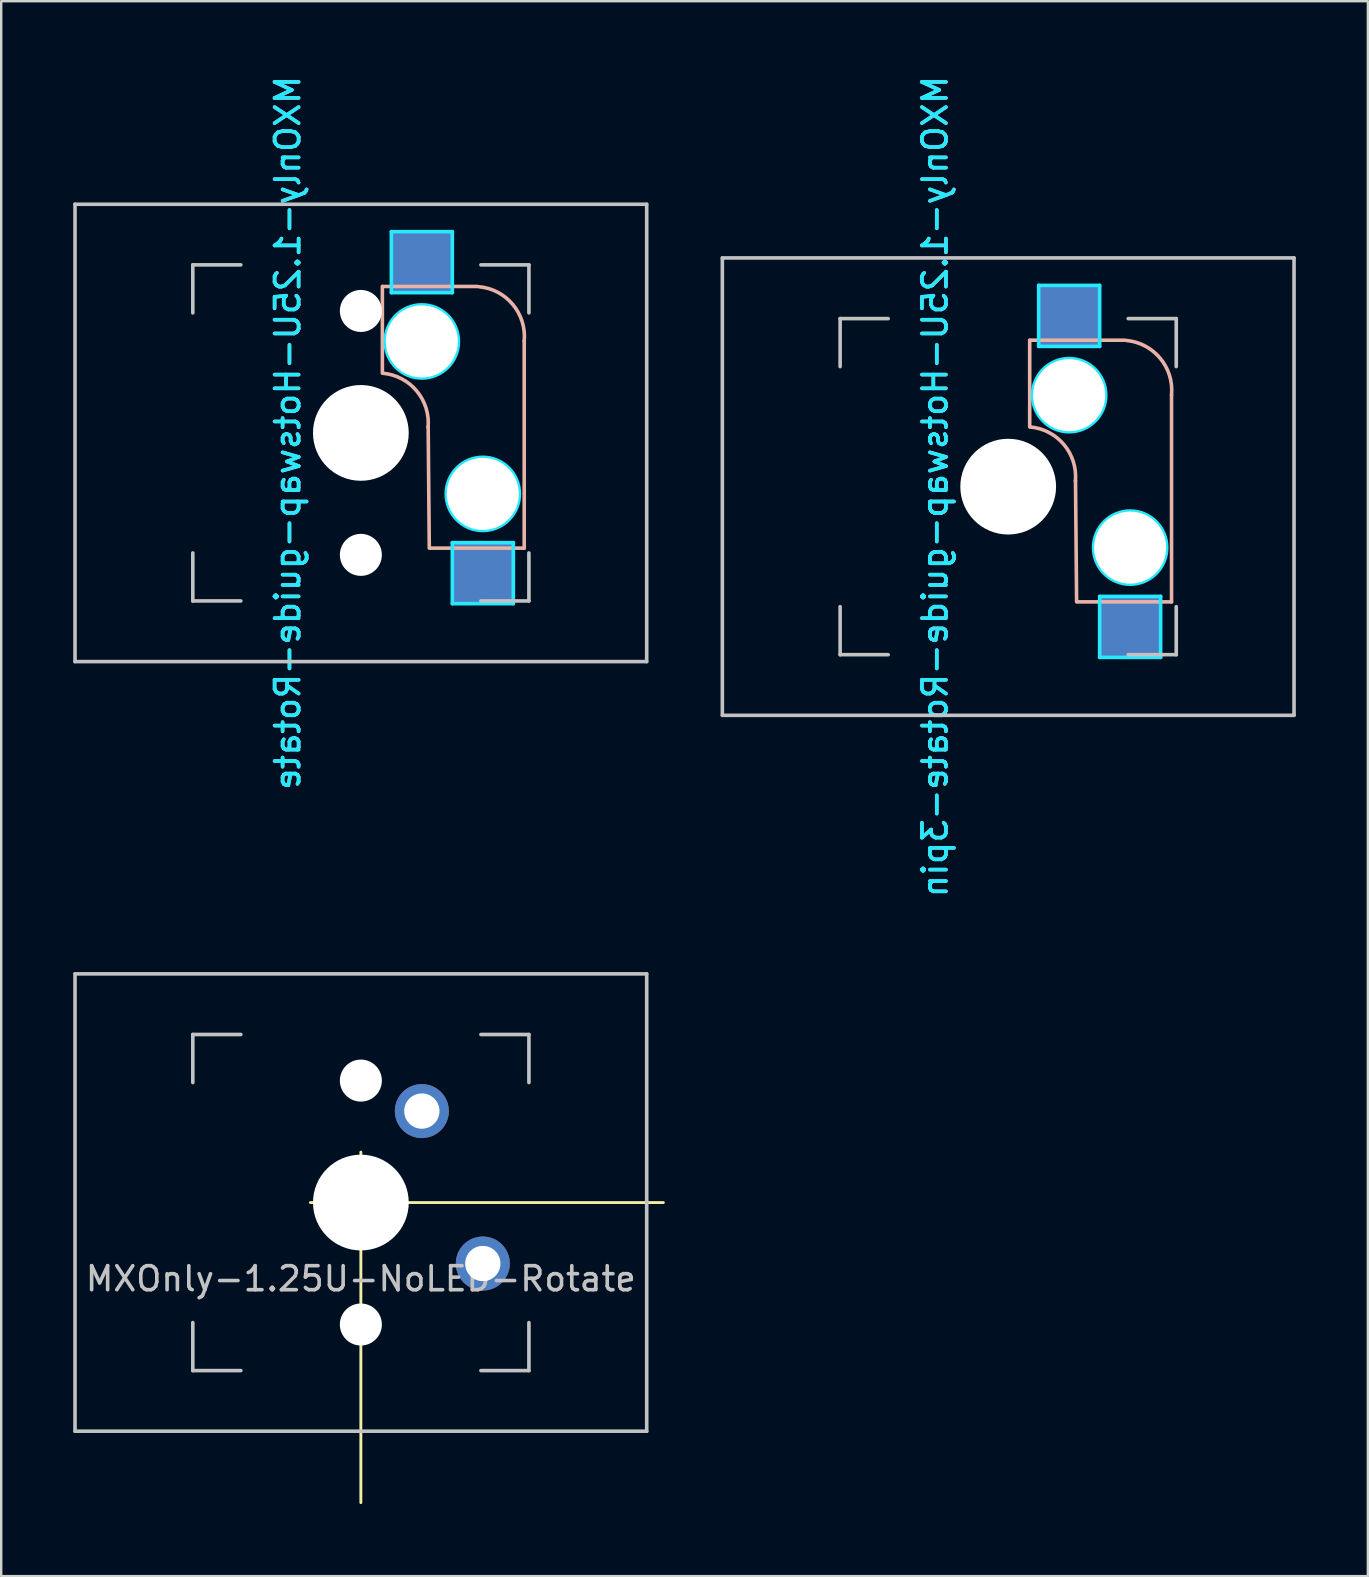
<source format=kicad_pcb>
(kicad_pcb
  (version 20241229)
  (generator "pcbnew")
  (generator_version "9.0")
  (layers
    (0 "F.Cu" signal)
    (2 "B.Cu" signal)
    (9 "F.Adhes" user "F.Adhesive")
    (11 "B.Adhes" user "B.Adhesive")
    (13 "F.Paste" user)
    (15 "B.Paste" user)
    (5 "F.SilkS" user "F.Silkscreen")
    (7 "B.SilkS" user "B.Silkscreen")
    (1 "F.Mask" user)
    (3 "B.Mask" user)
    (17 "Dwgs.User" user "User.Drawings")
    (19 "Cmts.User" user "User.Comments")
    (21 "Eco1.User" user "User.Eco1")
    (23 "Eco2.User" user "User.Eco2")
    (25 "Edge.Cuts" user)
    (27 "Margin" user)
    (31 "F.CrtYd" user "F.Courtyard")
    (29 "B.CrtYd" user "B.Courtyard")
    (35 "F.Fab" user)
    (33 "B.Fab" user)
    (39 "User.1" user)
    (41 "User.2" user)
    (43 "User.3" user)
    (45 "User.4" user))
  (footprint "MXOnly-1.25U-Hotswap-guide-Rotate"
    (layer "F.Cu")
    (at 11.981 14.982)
    (property "Reference" "MXOnly-1.25U-Hotswap-guide-Rotate" (at -3.048 0 270) (layer "B.CrtYd") (effects (font (size 1 1) (thickness 0.15)) (justify mirror)))
    (attr smd)
    (fp_line (start 0.896 -6.1) (end 0.896 -2.49) (stroke (width 0.15) (type solid)) (layer "B.SilkS"))
    (fp_line (start 2.85 4.8) (end 2.804 -0.25) (stroke (width 0.15) (type solid)) (layer "B.SilkS"))
    (fp_line (start 2.896 4.8) (end 6.804 4.8) (stroke (width 0.15) (type solid)) (layer "B.SilkS"))
    (fp_line (start 4.85 -6.1) (end 0.905 -6.1) (stroke (width 0.15) (type solid)) (layer "B.SilkS"))
    (fp_line (start 6.804 4.8) (end 6.804 -3.825) (stroke (width 0.15) (type solid)) (layer "B.SilkS"))
    (fp_arc (start 0.92 -2.485) (mid 2.328061 -1.744361) (end 2.8 -0.225) (stroke (width 0.15) (type solid)) (layer "B.SilkS"))
    (fp_arc (start 4.92 -6.089) (mid 6.33089 -5.347189) (end 6.804 -3.825) (stroke (width 0.15) (type solid)) (layer "B.SilkS"))
    (fp_line (start -11.906 -9.525) (end 11.906 -9.525) (stroke (width 0.15) (type solid)) (layer "Dwgs.User"))
    (fp_line (start -11.906 9.525) (end -11.906 -9.525) (stroke (width 0.15) (type solid)) (layer "Dwgs.User"))
    (fp_line (start -7 -7) (end -7 -5) (stroke (width 0.15) (type solid)) (layer "Dwgs.User"))
    (fp_line (start -7 5) (end -7 7) (stroke (width 0.15) (type solid)) (layer "Dwgs.User"))
    (fp_line (start -7 7) (end -5 7) (stroke (width 0.15) (type solid)) (layer "Dwgs.User"))
    (fp_line (start -5 -7) (end -7 -7) (stroke (width 0.15) (type solid)) (layer "Dwgs.User"))
    (fp_line (start 7 -7) (end 5 -7) (stroke (width 0.15) (type solid)) (layer "Dwgs.User"))
    (fp_line (start 7 -5) (end 7 -7) (stroke (width 0.15) (type solid)) (layer "Dwgs.User"))
    (fp_line (start 7 5) (end 7 7) (stroke (width 0.15) (type solid)) (layer "Dwgs.User"))
    (fp_line (start 7 7) (end 5 7) (stroke (width 0.15) (type solid)) (layer "Dwgs.User"))
    (fp_line (start 11.906 -9.525) (end 11.906 9.525) (stroke (width 0.15) (type solid)) (layer "Dwgs.User"))
    (fp_line (start 11.906 9.525) (end -11.906 9.525) (stroke (width 0.15) (type solid)) (layer "Dwgs.User"))
    (fp_line (start 1.27 -8.382) (end 3.81 -8.382) (stroke (width 0.15) (type solid)) (layer "B.CrtYd"))
    (fp_line (start 1.27 -5.842) (end 1.27 -8.382) (stroke (width 0.15) (type solid)) (layer "B.CrtYd"))
    (fp_line (start 3.81 -8.382) (end 3.81 -5.842) (stroke (width 0.15) (type solid)) (layer "B.CrtYd"))
    (fp_line (start 3.81 -5.842) (end 1.27 -5.842) (stroke (width 0.15) (type solid)) (layer "B.CrtYd"))
    (fp_line (start 3.81 4.572) (end 6.35 4.572) (stroke (width 0.15) (type solid)) (layer "B.CrtYd"))
    (fp_line (start 3.81 7.112) (end 3.81 4.572) (stroke (width 0.15) (type solid)) (layer "B.CrtYd"))
    (fp_line (start 6.35 4.572) (end 6.35 7.112) (stroke (width 0.15) (type solid)) (layer "B.CrtYd"))
    (fp_line (start 6.35 7.112) (end 3.81 7.112) (stroke (width 0.15) (type solid)) (layer "B.CrtYd"))
    (fp_circle (center 2.54 -3.81) (end 4.064 -3.81) (stroke (width 0.15) (type solid)) (fill no) (layer "B.CrtYd"))
    (fp_circle (center 5.08 2.54) (end 6.604 2.54) (stroke (width 0.15) (type solid)) (fill no) (layer "B.CrtYd"))
    (fp_text user "${REFERENCE}" (at -3.048 0 270) (layer "B.SilkS") (effects (font (size 1 1) (thickness 0.15)) (justify mirror)))
    (pad "" np_thru_hole circle (at 0 -5.08 318.1) (size 1.75 1.75) (drill 1.75) (layers "*.Cu" "*.Mask"))
    (pad "" np_thru_hole circle (at 0 0 270) (size 3.988 3.988) (drill 3.988) (layers "*.Cu" "*.Mask"))
    (pad "" np_thru_hole circle (at 0 5.08 318.1) (size 1.75 1.75) (drill 1.75) (layers "*.Cu" "*.Mask"))
    (pad "" np_thru_hole circle (at 2.54 -3.81 270) (size 3 3) (drill 3) (layers "*.Cu" "*.Mask"))
    (pad "" np_thru_hole circle (at 5.08 2.54 270) (size 3 3) (drill 3) (layers "*.Cu" "*.Mask"))
    (pad "1" smd rect (at 2.54 -7.085 270) (size 2.55 2.5) (layers "B.Cu" "B.Mask" "B.Paste"))
    (pad "2" smd rect (at 5.08 5.842 270) (size 2.55 2.5) (layers "B.Cu" "B.Mask" "B.Paste")))
  (footprint "MXOnly-1.25U-Hotswap-guide-Rotate-3pin"
    (layer "F.Cu")
    (at 38.944 17.22)
    (property "Reference" "MXOnly-1.25U-Hotswap-guide-Rotate-3pin" (at -3.048 0 90) (layer "B.CrtYd") (effects (font (size 1 1) (thickness 0.15)) (justify mirror)))
    (attr smd)
    (fp_line (start 0.896 -6.1) (end 0.896 -2.49) (stroke (width 0.15) (type solid)) (layer "B.SilkS"))
    (fp_line (start 2.85 4.8) (end 2.804 -0.25) (stroke (width 0.15) (type solid)) (layer "B.SilkS"))
    (fp_line (start 2.896 4.8) (end 6.804 4.8) (stroke (width 0.15) (type solid)) (layer "B.SilkS"))
    (fp_line (start 4.85 -6.1) (end 0.905 -6.1) (stroke (width 0.15) (type solid)) (layer "B.SilkS"))
    (fp_line (start 6.804 4.8) (end 6.804 -3.825) (stroke (width 0.15) (type solid)) (layer "B.SilkS"))
    (fp_arc (start 0.92 -2.485) (mid 2.328061 -1.744361) (end 2.8 -0.225) (stroke (width 0.15) (type solid)) (layer "B.SilkS"))
    (fp_arc (start 4.92 -6.089) (mid 6.33089 -5.347189) (end 6.804 -3.825) (stroke (width 0.15) (type solid)) (layer "B.SilkS"))
    (fp_line (start -11.906 -9.525) (end 11.906 -9.525) (stroke (width 0.15) (type solid)) (layer "Dwgs.User"))
    (fp_line (start -11.906 9.525) (end -11.906 -9.525) (stroke (width 0.15) (type solid)) (layer "Dwgs.User"))
    (fp_line (start -7 -7) (end -7 -5) (stroke (width 0.15) (type solid)) (layer "Dwgs.User"))
    (fp_line (start -7 5) (end -7 7) (stroke (width 0.15) (type solid)) (layer "Dwgs.User"))
    (fp_line (start -7 7) (end -5 7) (stroke (width 0.15) (type solid)) (layer "Dwgs.User"))
    (fp_line (start -5 -7) (end -7 -7) (stroke (width 0.15) (type solid)) (layer "Dwgs.User"))
    (fp_line (start 7 -7) (end 5 -7) (stroke (width 0.15) (type solid)) (layer "Dwgs.User"))
    (fp_line (start 7 -5) (end 7 -7) (stroke (width 0.15) (type solid)) (layer "Dwgs.User"))
    (fp_line (start 7 5) (end 7 7) (stroke (width 0.15) (type solid)) (layer "Dwgs.User"))
    (fp_line (start 7 7) (end 5 7) (stroke (width 0.15) (type solid)) (layer "Dwgs.User"))
    (fp_line (start 11.906 -9.525) (end 11.906 9.525) (stroke (width 0.15) (type solid)) (layer "Dwgs.User"))
    (fp_line (start 11.906 9.525) (end -11.906 9.525) (stroke (width 0.15) (type solid)) (layer "Dwgs.User"))
    (fp_line (start 1.27 -8.382) (end 3.81 -8.382) (stroke (width 0.15) (type solid)) (layer "B.CrtYd"))
    (fp_line (start 1.27 -5.842) (end 1.27 -8.382) (stroke (width 0.15) (type solid)) (layer "B.CrtYd"))
    (fp_line (start 3.81 -8.382) (end 3.81 -5.842) (stroke (width 0.15) (type solid)) (layer "B.CrtYd"))
    (fp_line (start 3.81 -5.842) (end 1.27 -5.842) (stroke (width 0.15) (type solid)) (layer "B.CrtYd"))
    (fp_line (start 3.81 4.572) (end 6.35 4.572) (stroke (width 0.15) (type solid)) (layer "B.CrtYd"))
    (fp_line (start 3.81 7.112) (end 3.81 4.572) (stroke (width 0.15) (type solid)) (layer "B.CrtYd"))
    (fp_line (start 6.35 4.572) (end 6.35 7.112) (stroke (width 0.15) (type solid)) (layer "B.CrtYd"))
    (fp_line (start 6.35 7.112) (end 3.81 7.112) (stroke (width 0.15) (type solid)) (layer "B.CrtYd"))
    (fp_circle (center 2.54 -3.81) (end 4.064 -3.81) (stroke (width 0.15) (type solid)) (fill no) (layer "B.CrtYd"))
    (fp_circle (center 5.08 2.54) (end 6.604 2.54) (stroke (width 0.15) (type solid)) (fill no) (layer "B.CrtYd"))
    (fp_text user "${REFERENCE}" (at -3.048 0 90) (layer "B.SilkS") (effects (font (size 1 1) (thickness 0.15)) (justify mirror)))
    (pad "" np_thru_hole circle (at 0 0 270) (size 3.988 3.988) (drill 3.988) (layers "*.Cu" "*.Mask"))
    (pad "" np_thru_hole circle (at 2.54 -3.81 270) (size 3 3) (drill 3) (layers "*.Cu" "*.Mask"))
    (pad "" np_thru_hole circle (at 5.08 2.54 270) (size 3 3) (drill 3) (layers "*.Cu" "*.Mask"))
    (pad "1" smd rect (at 2.54 -7.085 270) (size 2.55 2.5) (layers "B.Cu" "B.Mask" "B.Paste"))
    (pad "2" smd rect (at 5.08 5.842 270) (size 2.55 2.5) (layers "B.Cu" "B.Mask" "B.Paste")))
  (footprint "MXOnly-1.25U-NoLED-Rotate"
    (layer "F.Cu")
    (at 11.981 47.04)
    (property "Reference" "MXOnly-1.25U-NoLED-Rotate" (at 0 3.175 0) (layer "Dwgs.User") (effects (font (size 1 1) (thickness 0.15))))
    (attr through_hole)
    (fp_line (start -2.1 0) (end 12.6 0) (stroke (width 0.12) (type solid)) (layer "F.SilkS"))
    (fp_line (start 0 -2.1) (end 0 12.5) (stroke (width 0.12) (type solid)) (layer "F.SilkS"))
    (fp_line (start -11.906 -9.525) (end 11.906 -9.525) (stroke (width 0.15) (type solid)) (layer "Dwgs.User"))
    (fp_line (start -11.906 9.525) (end -11.906 -9.525) (stroke (width 0.15) (type solid)) (layer "Dwgs.User"))
    (fp_line (start -11.906 9.525) (end 11.906 9.525) (stroke (width 0.15) (type solid)) (layer "Dwgs.User"))
    (fp_line (start -7 -7) (end -7 -5) (stroke (width 0.15) (type solid)) (layer "Dwgs.User"))
    (fp_line (start -7 5) (end -7 7) (stroke (width 0.15) (type solid)) (layer "Dwgs.User"))
    (fp_line (start -7 7) (end -5 7) (stroke (width 0.15) (type solid)) (layer "Dwgs.User"))
    (fp_line (start -5 -7) (end -7 -7) (stroke (width 0.15) (type solid)) (layer "Dwgs.User"))
    (fp_line (start 5 -7) (end 7 -7) (stroke (width 0.15) (type solid)) (layer "Dwgs.User"))
    (fp_line (start 5 7) (end 7 7) (stroke (width 0.15) (type solid)) (layer "Dwgs.User"))
    (fp_line (start 7 -7) (end 7 -5) (stroke (width 0.15) (type solid)) (layer "Dwgs.User"))
    (fp_line (start 7 7) (end 7 5) (stroke (width 0.15) (type solid)) (layer "Dwgs.User"))
    (fp_line (start 11.906 -9.525) (end 11.906 9.525) (stroke (width 0.15) (type solid)) (layer "Dwgs.User"))
    (pad "" np_thru_hole circle (at 0 -5.08 318.1) (size 1.75 1.75) (drill 1.75) (layers "*.Cu" "*.Mask"))
    (pad "" np_thru_hole circle (at 0 0 270) (size 3.988 3.988) (drill 3.988) (layers "*.Cu" "*.Mask"))
    (pad "" np_thru_hole circle (at 0 5.08 318.1) (size 1.75 1.75) (drill 1.75) (layers "*.Cu" "*.Mask"))
    (pad "1" thru_hole circle (at 2.54 -3.81 270) (size 2.25 2.25) (drill 1.47) (layers "*.Cu" "B.Mask"))
    (pad "2" thru_hole circle (at 5.08 2.54 270) (size 2.25 2.25) (drill 1.47) (layers "*.Cu" "B.Mask")))
  (gr_rect
    (start -3 -3)
    (end 53.925 62.6)
    (stroke (width 0.1) (type default))
    (fill no)
    (layer "Edge.Cuts")))
</source>
